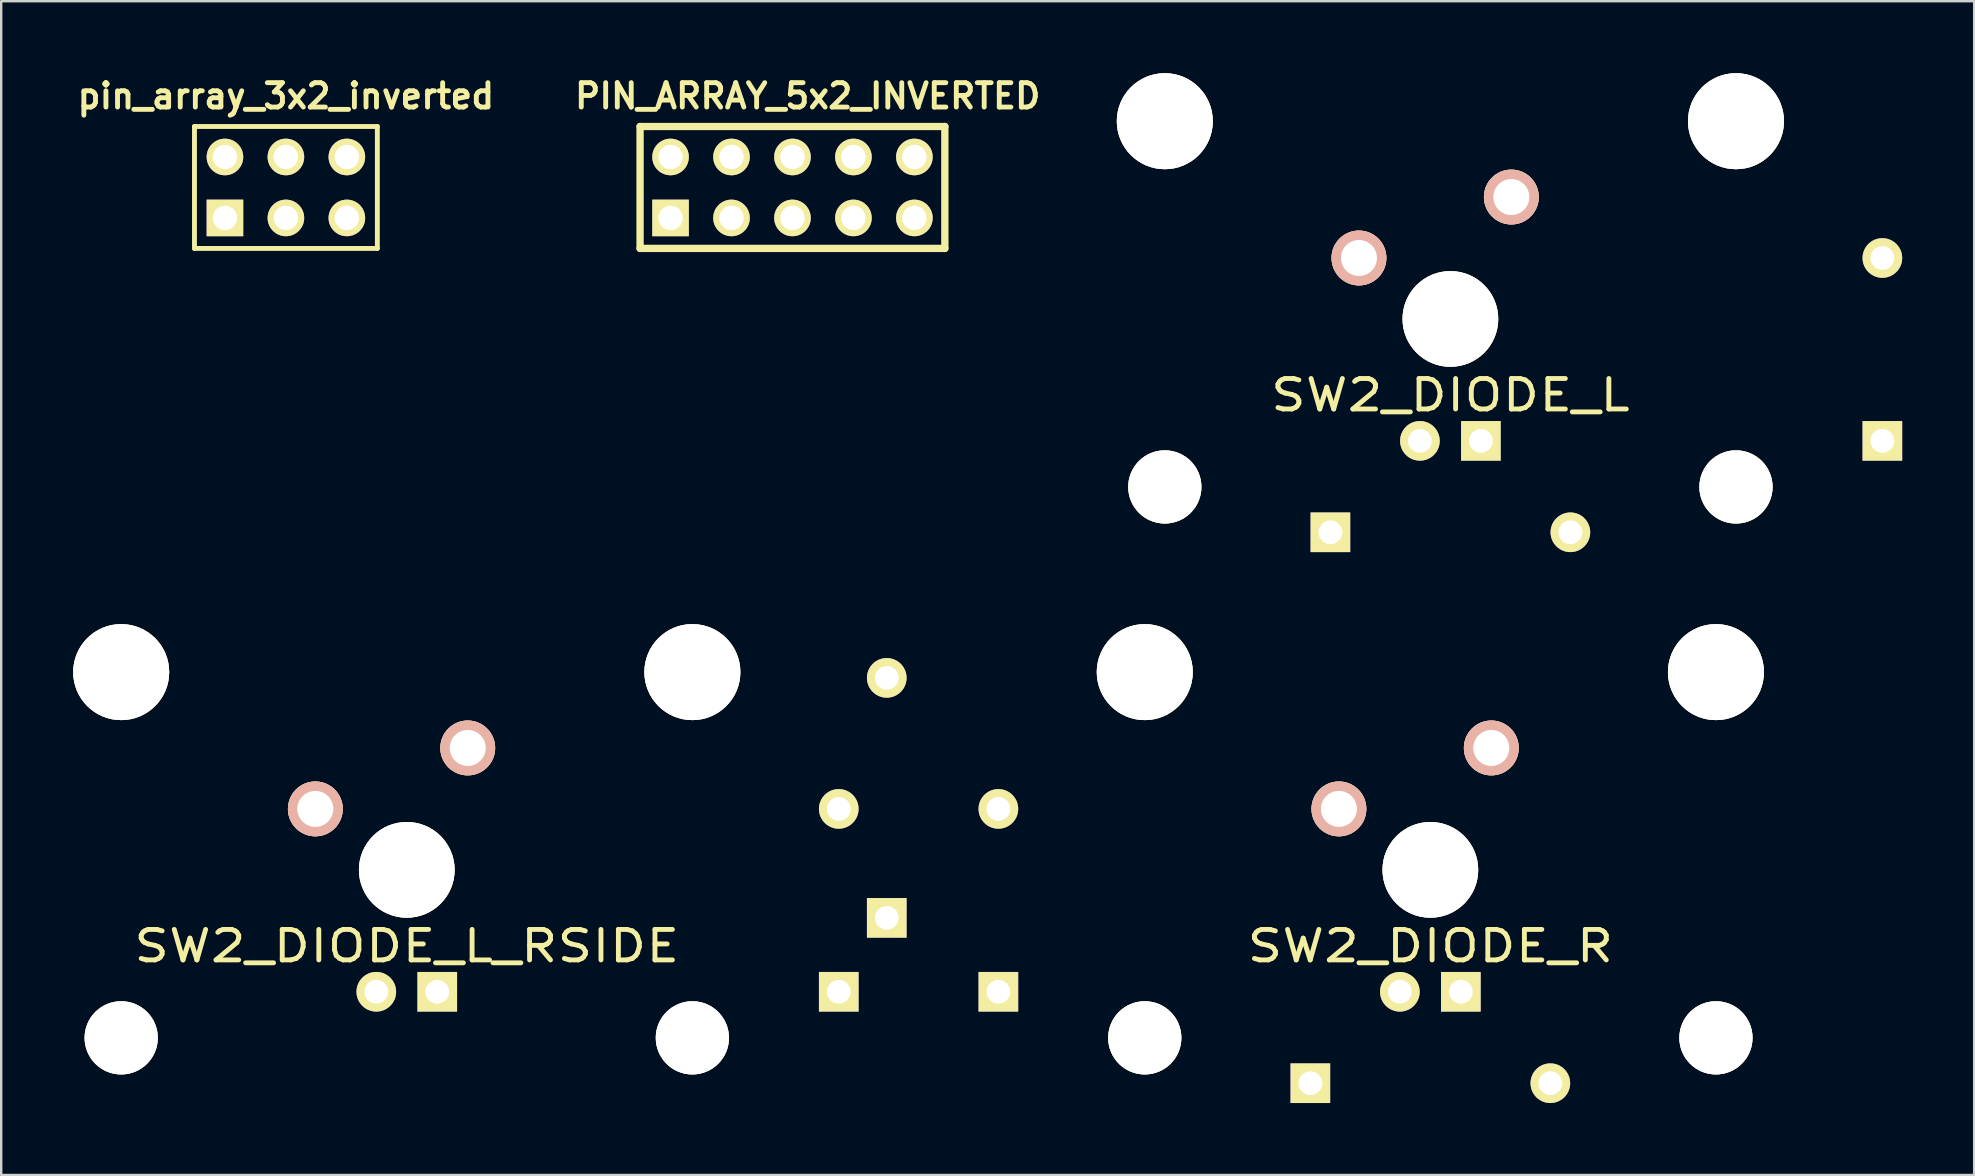
<source format=kicad_pcb>
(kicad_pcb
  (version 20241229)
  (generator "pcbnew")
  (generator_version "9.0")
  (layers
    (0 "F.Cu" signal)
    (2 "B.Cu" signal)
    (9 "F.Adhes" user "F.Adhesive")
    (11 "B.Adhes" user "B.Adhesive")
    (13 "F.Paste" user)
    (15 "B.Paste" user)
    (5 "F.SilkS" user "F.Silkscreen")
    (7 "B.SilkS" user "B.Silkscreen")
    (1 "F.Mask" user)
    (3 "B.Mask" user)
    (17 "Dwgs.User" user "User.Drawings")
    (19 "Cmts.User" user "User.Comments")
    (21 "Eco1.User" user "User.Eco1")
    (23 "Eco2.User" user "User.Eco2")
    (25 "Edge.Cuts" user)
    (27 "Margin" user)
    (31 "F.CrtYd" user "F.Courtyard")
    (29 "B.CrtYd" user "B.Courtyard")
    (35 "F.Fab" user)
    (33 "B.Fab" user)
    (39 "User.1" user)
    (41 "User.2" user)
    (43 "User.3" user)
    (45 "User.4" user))
  (footprint "SW2_DIODE_R"
    (layer "F.Cu")
    (at 56.551 33.196)
    (property "Reference" "SW2_DIODE_R" (at 0 3.175 0) (layer "F.SilkS") (effects (font (size 1.27 1.524) (thickness 0.203))))
    (attr through_hole)
    (fp_line (start -6.985 -6.985) (end 6.985 -6.985) (stroke (width 0.152) (type solid)) (layer "Eco2.User"))
    (fp_line (start -6.985 6.985) (end -6.985 -6.985) (stroke (width 0.152) (type solid)) (layer "Eco2.User"))
    (fp_line (start 6.985 -6.985) (end 6.985 6.985) (stroke (width 0.152) (type solid)) (layer "Eco2.User"))
    (fp_line (start 6.985 6.985) (end -6.985 6.985) (stroke (width 0.152) (type solid)) (layer "Eco2.User"))
    (pad "1" thru_hole circle (at 2.54 -5.08) (size 2.286 2.286) (drill 1.499) (layers "*.Cu" "*.SilkS" "*.Mask"))
    (pad "2" thru_hole circle (at -3.81 -2.54) (size 2.286 2.286) (drill 1.499) (layers "*.Cu" "*.SilkS" "*.Mask"))
    (pad "3" thru_hole circle (at -18 -2.54) (size 1.651 1.651) (drill 0.991) (layers "*.Cu" "*.Mask" "F.SilkS"))
    (pad "4" thru_hole rect (at -18 5.08) (size 1.651 1.651) (drill 0.991) (layers "*.Cu" "*.Mask" "F.SilkS"))
    (pad "5" thru_hole circle (at 5 8.89) (size 1.651 1.651) (drill 0.991) (layers "*.Cu" "*.Mask" "F.SilkS"))
    (pad "6" thru_hole rect (at -5 8.89) (size 1.651 1.651) (drill 0.991) (layers "*.Cu" "*.Mask" "F.SilkS"))
    (pad "7" thru_hole circle (at -1.27 5.08) (size 1.651 1.651) (drill 0.991) (layers "*.Cu" "*.Mask" "F.SilkS"))
    (pad "8" thru_hole rect (at 1.27 5.08) (size 1.651 1.651) (drill 0.991) (layers "*.Cu" "*.Mask" "F.SilkS"))
    (pad "HOLE" thru_hole circle (at -11.9 -8.24) (size 4 4) (drill 4) (layers "*.Cu" "*.Mask" "F.SilkS"))
    (pad "HOLE" thru_hole circle (at -11.9 7) (size 3.05 3.05) (drill 3.05) (layers "*.Cu" "*.Mask" "F.SilkS"))
    (pad "HOLE" thru_hole circle (at 0 0) (size 3.988 3.988) (drill 3.988) (layers "*.Cu" "*.Mask" "F.SilkS"))
    (pad "HOLE" thru_hole circle (at 11.9 -8.24) (size 4 4) (drill 4) (layers "*.Cu" "*.Mask" "F.SilkS"))
    (pad "HOLE" thru_hole circle (at 11.9 7) (size 3.05 3.05) (drill 3.05) (layers "*.Cu" "*.Mask" "F.SilkS")))
  (footprint "SW2_DIODE_L"
    (layer "F.Cu")
    (at 57.386 10.24)
    (property "Reference" "SW2_DIODE_L" (at 0 3.175 0) (layer "F.SilkS") (effects (font (size 1.27 1.524) (thickness 0.203))))
    (attr through_hole)
    (fp_line (start -6.985 -6.985) (end 6.985 -6.985) (stroke (width 0.152) (type solid)) (layer "Eco2.User"))
    (fp_line (start -6.985 6.985) (end -6.985 -6.985) (stroke (width 0.152) (type solid)) (layer "Eco2.User"))
    (fp_line (start 6.985 -6.985) (end 6.985 6.985) (stroke (width 0.152) (type solid)) (layer "Eco2.User"))
    (fp_line (start 6.985 6.985) (end -6.985 6.985) (stroke (width 0.152) (type solid)) (layer "Eco2.User"))
    (pad "1" thru_hole circle (at 2.54 -5.08) (size 2.286 2.286) (drill 1.499) (layers "*.Cu" "*.SilkS" "*.Mask"))
    (pad "2" thru_hole circle (at -3.81 -2.54) (size 2.286 2.286) (drill 1.499) (layers "*.Cu" "*.SilkS" "*.Mask"))
    (pad "3" thru_hole circle (at 18 -2.54) (size 1.651 1.651) (drill 0.991) (layers "*.Cu" "*.Mask" "F.SilkS"))
    (pad "4" thru_hole rect (at 18 5.08) (size 1.651 1.651) (drill 0.991) (layers "*.Cu" "*.Mask" "F.SilkS"))
    (pad "5" thru_hole circle (at 5 8.89) (size 1.651 1.651) (drill 0.991) (layers "*.Cu" "*.Mask" "F.SilkS"))
    (pad "6" thru_hole rect (at -5 8.89) (size 1.651 1.651) (drill 0.991) (layers "*.Cu" "*.Mask" "F.SilkS"))
    (pad "7" thru_hole circle (at -1.27 5.08) (size 1.651 1.651) (drill 0.991) (layers "*.Cu" "*.Mask" "F.SilkS"))
    (pad "8" thru_hole rect (at 1.27 5.08) (size 1.651 1.651) (drill 0.991) (layers "*.Cu" "*.Mask" "F.SilkS"))
    (pad "HOLE" thru_hole circle (at -11.9 -8.24) (size 4 4) (drill 4) (layers "*.Cu" "*.Mask" "F.SilkS"))
    (pad "HOLE" thru_hole circle (at -11.9 7) (size 3.05 3.05) (drill 3.05) (layers "*.Cu" "*.Mask" "F.SilkS"))
    (pad "HOLE" thru_hole circle (at 0 0) (size 3.988 3.988) (drill 3.988) (layers "*.Cu" "*.Mask" "F.SilkS"))
    (pad "HOLE" thru_hole circle (at 11.9 -8.24) (size 4 4) (drill 4) (layers "*.Cu" "*.Mask" "F.SilkS"))
    (pad "HOLE" thru_hole circle (at 11.9 7) (size 3.05 3.05) (drill 3.05) (layers "*.Cu" "*.Mask" "F.SilkS")))
  (footprint "PIN_ARRAY_5x2_INVERTED"
    (layer "F.Cu")
    (at 29.971 4.761)
    (property "Reference" "PIN_ARRAY_5x2_INVERTED" (at 0.635 -3.81 0) (layer "F.SilkS") (effects (font (size 1.016 1.016) (thickness 0.203))))
    (attr through_hole)
    (fp_line (start -6.35 -2.54) (end 6.35 -2.54) (stroke (width 0.305) (type solid)) (layer "F.SilkS"))
    (fp_line (start -6.35 2.54) (end -6.35 -2.54) (stroke (width 0.305) (type solid)) (layer "F.SilkS"))
    (fp_line (start 6.35 -2.54) (end 6.35 2.54) (stroke (width 0.305) (type solid)) (layer "F.SilkS"))
    (fp_line (start 6.35 2.54) (end -6.35 2.54) (stroke (width 0.305) (type solid)) (layer "F.SilkS"))
    (pad "1" thru_hole circle (at -5.08 -1.27) (size 1.524 1.524) (drill 1.016) (layers "*.Cu" "*.Mask" "F.SilkS"))
    (pad "2" thru_hole rect (at -5.08 1.27) (size 1.524 1.524) (drill 1.016) (layers "*.Cu" "*.Mask" "F.SilkS"))
    (pad "3" thru_hole circle (at -2.54 -1.27) (size 1.524 1.524) (drill 1.016) (layers "*.Cu" "*.Mask" "F.SilkS"))
    (pad "4" thru_hole circle (at -2.54 1.27) (size 1.524 1.524) (drill 1.016) (layers "*.Cu" "*.Mask" "F.SilkS"))
    (pad "5" thru_hole circle (at 0 -1.27) (size 1.524 1.524) (drill 1.016) (layers "*.Cu" "*.Mask" "F.SilkS"))
    (pad "6" thru_hole circle (at 0 1.27) (size 1.524 1.524) (drill 1.016) (layers "*.Cu" "*.Mask" "F.SilkS"))
    (pad "7" thru_hole circle (at 2.54 -1.27) (size 1.524 1.524) (drill 1.016) (layers "*.Cu" "*.Mask" "F.SilkS"))
    (pad "8" thru_hole circle (at 2.54 1.27) (size 1.524 1.524) (drill 1.016) (layers "*.Cu" "*.Mask" "F.SilkS"))
    (pad "9" thru_hole circle (at 5.08 -1.27) (size 1.524 1.524) (drill 1.016) (layers "*.Cu" "*.Mask" "F.SilkS"))
    (pad "10" thru_hole circle (at 5.08 1.27) (size 1.524 1.524) (drill 1.016) (layers "*.Cu" "*.Mask" "F.SilkS")))
  (footprint "pin_array_3x2_inverted"
    (layer "F.Cu")
    (at 8.863 4.761)
    (property "Reference" "pin_array_3x2_inverted" (at 0 -3.81 0) (layer "F.SilkS") (effects (font (size 1.016 1.016) (thickness 0.203))))
    (attr through_hole)
    (fp_line (start -3.81 -2.54) (end 3.81 -2.54) (stroke (width 0.203) (type solid)) (layer "F.SilkS"))
    (fp_line (start -3.81 2.54) (end -3.81 -2.54) (stroke (width 0.203) (type solid)) (layer "F.SilkS"))
    (fp_line (start 3.81 -2.54) (end 3.81 2.54) (stroke (width 0.203) (type solid)) (layer "F.SilkS"))
    (fp_line (start 3.81 2.54) (end -3.81 2.54) (stroke (width 0.203) (type solid)) (layer "F.SilkS"))
    (pad "1" thru_hole circle (at -2.54 -1.27) (size 1.524 1.524) (drill 1.016) (layers "*.Cu" "*.Mask" "F.SilkS"))
    (pad "2" thru_hole rect (at -2.54 1.27) (size 1.524 1.524) (drill 1.016) (layers "*.Cu" "*.Mask" "F.SilkS"))
    (pad "3" thru_hole circle (at 0 -1.27) (size 1.524 1.524) (drill 1.016) (layers "*.Cu" "*.Mask" "F.SilkS"))
    (pad "4" thru_hole circle (at 0 1.27) (size 1.524 1.524) (drill 1.016) (layers "*.Cu" "*.Mask" "F.SilkS"))
    (pad "5" thru_hole circle (at 2.54 -1.27) (size 1.524 1.524) (drill 1.016) (layers "*.Cu" "*.Mask" "F.SilkS"))
    (pad "6" thru_hole circle (at 2.54 1.27) (size 1.524 1.524) (drill 1.016) (layers "*.Cu" "*.Mask" "F.SilkS")))
  (footprint "SW2_DIODE_L_RSIDE"
    (layer "F.Cu")
    (at 13.9 33.196)
    (property "Reference" "SW2_DIODE_L_RSIDE" (at 0 3.175 0) (layer "F.SilkS") (effects (font (size 1.27 1.524) (thickness 0.203))))
    (attr through_hole)
    (fp_line (start -6.985 -6.985) (end 6.985 -6.985) (stroke (width 0.152) (type solid)) (layer "Eco2.User"))
    (fp_line (start -6.985 6.985) (end -6.985 -6.985) (stroke (width 0.152) (type solid)) (layer "Eco2.User"))
    (fp_line (start 6.985 -6.985) (end 6.985 6.985) (stroke (width 0.152) (type solid)) (layer "Eco2.User"))
    (fp_line (start 6.985 6.985) (end -6.985 6.985) (stroke (width 0.152) (type solid)) (layer "Eco2.User"))
    (pad "1" thru_hole circle (at 2.54 -5.08) (size 2.286 2.286) (drill 1.499) (layers "*.Cu" "*.SilkS" "*.Mask"))
    (pad "2" thru_hole circle (at -3.81 -2.54) (size 2.286 2.286) (drill 1.499) (layers "*.Cu" "*.SilkS" "*.Mask"))
    (pad "3" thru_hole circle (at 18 -2.54) (size 1.651 1.651) (drill 0.991) (layers "*.Cu" "*.Mask" "F.SilkS"))
    (pad "4" thru_hole rect (at 18 5.08) (size 1.651 1.651) (drill 0.991) (layers "*.Cu" "*.Mask" "F.SilkS"))
    (pad "5" thru_hole circle (at 20 -8) (size 1.651 1.651) (drill 0.991) (layers "*.Cu" "*.Mask" "F.SilkS"))
    (pad "6" thru_hole rect (at 20 2) (size 1.651 1.651) (drill 0.991) (layers "*.Cu" "*.Mask" "F.SilkS"))
    (pad "7" thru_hole circle (at -1.27 5.08) (size 1.651 1.651) (drill 0.991) (layers "*.Cu" "*.Mask" "F.SilkS"))
    (pad "8" thru_hole rect (at 1.27 5.08) (size 1.651 1.651) (drill 0.991) (layers "*.Cu" "*.Mask" "F.SilkS"))
    (pad "HOLE" thru_hole circle (at -11.9 -8.24) (size 4 4) (drill 4) (layers "*.Cu" "*.Mask" "F.SilkS"))
    (pad "HOLE" thru_hole circle (at -11.9 7) (size 3.05 3.05) (drill 3.05) (layers "*.Cu" "*.Mask" "F.SilkS"))
    (pad "HOLE" thru_hole circle (at 0 0) (size 3.988 3.988) (drill 3.988) (layers "*.Cu" "*.Mask" "F.SilkS"))
    (pad "HOLE" thru_hole circle (at 11.9 -8.24) (size 4 4) (drill 4) (layers "*.Cu" "*.Mask" "F.SilkS"))
    (pad "HOLE" thru_hole circle (at 11.9 7) (size 3.05 3.05) (drill 3.05) (layers "*.Cu" "*.Mask" "F.SilkS")))
  (gr_rect
    (start -3 -3)
    (end 79.211 45.911)
    (stroke (width 0.1) (type default))
    (fill no)
    (layer "Edge.Cuts")))
</source>
